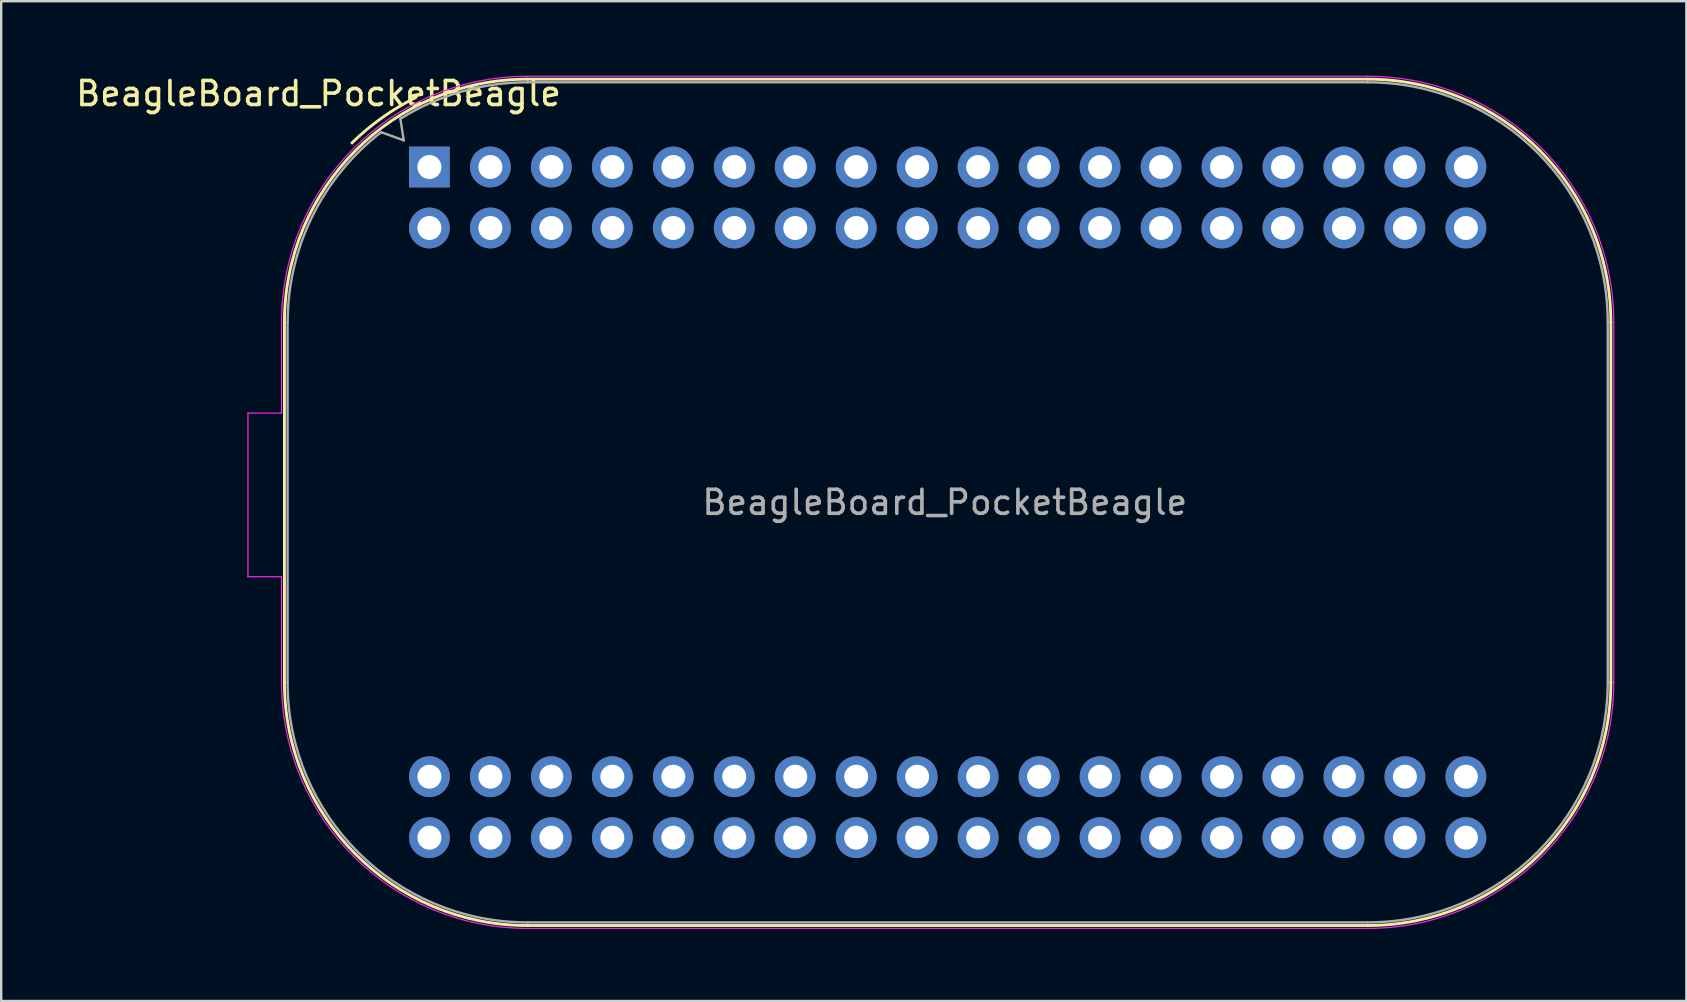
<source format=kicad_pcb>
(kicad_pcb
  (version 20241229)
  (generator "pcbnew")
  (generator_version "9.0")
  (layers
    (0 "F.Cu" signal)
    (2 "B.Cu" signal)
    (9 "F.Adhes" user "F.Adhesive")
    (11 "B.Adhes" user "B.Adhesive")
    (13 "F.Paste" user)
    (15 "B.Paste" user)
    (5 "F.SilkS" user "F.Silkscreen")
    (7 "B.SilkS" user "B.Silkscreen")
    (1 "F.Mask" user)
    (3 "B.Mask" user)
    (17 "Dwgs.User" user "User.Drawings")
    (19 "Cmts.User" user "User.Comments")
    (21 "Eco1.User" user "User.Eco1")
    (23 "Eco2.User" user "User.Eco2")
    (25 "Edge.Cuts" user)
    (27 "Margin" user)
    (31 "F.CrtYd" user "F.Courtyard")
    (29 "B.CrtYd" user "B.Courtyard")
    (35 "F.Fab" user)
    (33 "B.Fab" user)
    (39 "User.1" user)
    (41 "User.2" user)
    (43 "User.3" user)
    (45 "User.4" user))
  (footprint "BeagleBoard_PocketBeagle"
    (layer "F.Cu")
    (at 14.84 3.908)
    (property "Reference" "BeagleBoard_PocketBeagle" (at -4.62 -3.06 180) (layer "F.SilkS") (effects (font (size 1 1) (thickness 0.15))))
    (attr through_hole)
    (fp_line (start -6.04 21.47) (end -6.04 6.47) (stroke (width 0.12) (type solid)) (layer "F.SilkS"))
    (fp_line (start 4.09 -3.66) (end 39.09 -3.66) (stroke (width 0.12) (type solid)) (layer "F.SilkS"))
    (fp_line (start 39.09 31.6) (end 4.09 31.6) (stroke (width 0.12) (type solid)) (layer "F.SilkS"))
    (fp_line (start 49.22 21.47) (end 49.22 6.47) (stroke (width 0.12) (type solid)) (layer "F.SilkS"))
    (fp_arc (start -6.04 6.47) (mid -3.072992 -0.692992) (end 4.09 -3.66) (stroke (width 0.12) (type solid)) (layer "F.SilkS"))
    (fp_arc (start -3.227607 -1.004759) (mid -1.968373 -2.057339) (end -0.56 -2.9) (stroke (width 0.12) (type solid)) (layer "F.SilkS"))
    (fp_arc (start 4.09 31.6) (mid -3.072992 28.632992) (end -6.04 21.47) (stroke (width 0.12) (type solid)) (layer "F.SilkS"))
    (fp_arc (start 39.09 -3.66) (mid 46.252992 -0.692992) (end 49.22 6.47) (stroke (width 0.12) (type solid)) (layer "F.SilkS"))
    (fp_arc (start 49.22 21.47) (mid 46.252992 28.632992) (end 39.09 31.6) (stroke (width 0.12) (type solid)) (layer "F.SilkS"))
    (fp_line (start -7.56 17.07) (end -7.56 10.25) (stroke (width 0.05) (type solid)) (layer "F.CrtYd"))
    (fp_line (start -6.16 6.47) (end -6.16 10.25) (stroke (width 0.05) (type solid)) (layer "F.CrtYd"))
    (fp_line (start -6.16 10.25) (end -7.56 10.25) (stroke (width 0.05) (type solid)) (layer "F.CrtYd"))
    (fp_line (start -6.16 17.07) (end -7.56 17.07) (stroke (width 0.05) (type solid)) (layer "F.CrtYd"))
    (fp_line (start -6.16 17.07) (end -6.16 21.47) (stroke (width 0.05) (type solid)) (layer "F.CrtYd"))
    (fp_line (start 4.09 -3.78) (end 39.09 -3.78) (stroke (width 0.05) (type solid)) (layer "F.CrtYd"))
    (fp_line (start 4.09 31.72) (end 39.09 31.72) (stroke (width 0.05) (type solid)) (layer "F.CrtYd"))
    (fp_line (start 49.34 21.47) (end 49.34 6.47) (stroke (width 0.05) (type solid)) (layer "F.CrtYd"))
    (fp_arc (start -6.16 6.47) (mid -3.157845 -0.777845) (end 4.09 -3.78) (stroke (width 0.05) (type solid)) (layer "F.CrtYd"))
    (fp_arc (start 4.09 31.72) (mid -3.157845 28.717845) (end -6.16 21.47) (stroke (width 0.05) (type solid)) (layer "F.CrtYd"))
    (fp_arc (start 39.09 -3.78) (mid 46.337845 -0.777845) (end 49.34 6.47) (stroke (width 0.05) (type solid)) (layer "F.CrtYd"))
    (fp_arc (start 49.34 21.47) (mid 46.337845 28.717845) (end 39.09 31.72) (stroke (width 0.05) (type solid)) (layer "F.CrtYd"))
    (fp_line (start -5.91 21.47) (end -5.91 6.47) (stroke (width 0.1) (type solid)) (layer "F.Fab"))
    (fp_line (start -2.01 -1.45) (end -1.07 -1.11) (stroke (width 0.1) (type solid)) (layer "F.Fab"))
    (fp_line (start -1.07 -1.11) (end -1.21 -2.01) (stroke (width 0.1) (type solid)) (layer "F.Fab"))
    (fp_line (start 4.09 -3.53) (end 39.09 -3.53) (stroke (width 0.1) (type solid)) (layer "F.Fab"))
    (fp_line (start 4.09 31.47) (end 39.09 31.47) (stroke (width 0.1) (type solid)) (layer "F.Fab"))
    (fp_line (start 49.09 21.47) (end 49.09 6.47) (stroke (width 0.1) (type solid)) (layer "F.Fab"))
    (fp_arc (start -5.906819 6.47) (mid -4.879866 2.056623) (end -2.01 -1.45) (stroke (width 0.1) (type solid)) (layer "F.Fab"))
    (fp_arc (start -1.211791 -2.008857) (mid 1.332154 -3.142195) (end 4.09 -3.53) (stroke (width 0.1) (type solid)) (layer "F.Fab"))
    (fp_arc (start 4.09 31.47) (mid -2.981068 28.541068) (end -5.91 21.47) (stroke (width 0.1) (type solid)) (layer "F.Fab"))
    (fp_arc (start 39.09 -3.53) (mid 46.161068 -0.601068) (end 49.09 6.47) (stroke (width 0.1) (type solid)) (layer "F.Fab"))
    (fp_arc (start 49.09 21.47) (mid 46.161068 28.541068) (end 39.09 31.47) (stroke (width 0.1) (type solid)) (layer "F.Fab"))
    (fp_text user "${REFERENCE}" (at 21.47 13.97 180) (layer "F.Fab") (effects (font (size 1 1) (thickness 0.15))))
    (pad "1" thru_hole rect (at 0 0 90) (size 1.7 1.7) (drill 1) (layers "*.Cu" "*.Mask"))
    (pad "2" thru_hole oval (at 0 2.54 90) (size 1.7 1.7) (drill 1) (layers "*.Cu" "*.Mask"))
    (pad "3" thru_hole oval (at 2.54 0 90) (size 1.7 1.7) (drill 1) (layers "*.Cu" "*.Mask"))
    (pad "4" thru_hole oval (at 2.54 2.54 90) (size 1.7 1.7) (drill 1) (layers "*.Cu" "*.Mask"))
    (pad "5" thru_hole oval (at 5.08 0 90) (size 1.7 1.7) (drill 1) (layers "*.Cu" "*.Mask"))
    (pad "6" thru_hole oval (at 5.08 2.54 90) (size 1.7 1.7) (drill 1) (layers "*.Cu" "*.Mask"))
    (pad "7" thru_hole oval (at 7.62 0 90) (size 1.7 1.7) (drill 1) (layers "*.Cu" "*.Mask"))
    (pad "8" thru_hole oval (at 7.62 2.54 90) (size 1.7 1.7) (drill 1) (layers "*.Cu" "*.Mask"))
    (pad "9" thru_hole oval (at 10.16 0 90) (size 1.7 1.7) (drill 1) (layers "*.Cu" "*.Mask"))
    (pad "10" thru_hole oval (at 10.16 2.54 90) (size 1.7 1.7) (drill 1) (layers "*.Cu" "*.Mask"))
    (pad "11" thru_hole oval (at 12.7 0 90) (size 1.7 1.7) (drill 1) (layers "*.Cu" "*.Mask"))
    (pad "12" thru_hole oval (at 12.7 2.54 90) (size 1.7 1.7) (drill 1) (layers "*.Cu" "*.Mask"))
    (pad "13" thru_hole oval (at 15.24 0 90) (size 1.7 1.7) (drill 1) (layers "*.Cu" "*.Mask"))
    (pad "14" thru_hole oval (at 15.24 2.54 90) (size 1.7 1.7) (drill 1) (layers "*.Cu" "*.Mask"))
    (pad "15" thru_hole oval (at 17.78 0 90) (size 1.7 1.7) (drill 1) (layers "*.Cu" "*.Mask"))
    (pad "16" thru_hole oval (at 17.78 2.54 90) (size 1.7 1.7) (drill 1) (layers "*.Cu" "*.Mask"))
    (pad "17" thru_hole oval (at 20.32 0 90) (size 1.7 1.7) (drill 1) (layers "*.Cu" "*.Mask"))
    (pad "18" thru_hole oval (at 20.32 2.54 90) (size 1.7 1.7) (drill 1) (layers "*.Cu" "*.Mask"))
    (pad "19" thru_hole oval (at 22.86 0 90) (size 1.7 1.7) (drill 1) (layers "*.Cu" "*.Mask"))
    (pad "20" thru_hole oval (at 22.86 2.54 90) (size 1.7 1.7) (drill 1) (layers "*.Cu" "*.Mask"))
    (pad "21" thru_hole oval (at 25.4 0 90) (size 1.7 1.7) (drill 1) (layers "*.Cu" "*.Mask"))
    (pad "22" thru_hole oval (at 25.4 2.54 90) (size 1.7 1.7) (drill 1) (layers "*.Cu" "*.Mask"))
    (pad "23" thru_hole oval (at 27.94 0 90) (size 1.7 1.7) (drill 1) (layers "*.Cu" "*.Mask"))
    (pad "24" thru_hole oval (at 27.94 2.54 90) (size 1.7 1.7) (drill 1) (layers "*.Cu" "*.Mask"))
    (pad "25" thru_hole oval (at 30.48 0 90) (size 1.7 1.7) (drill 1) (layers "*.Cu" "*.Mask"))
    (pad "26" thru_hole oval (at 30.48 2.54 90) (size 1.7 1.7) (drill 1) (layers "*.Cu" "*.Mask"))
    (pad "27" thru_hole oval (at 33.02 0 90) (size 1.7 1.7) (drill 1) (layers "*.Cu" "*.Mask"))
    (pad "28" thru_hole oval (at 33.02 2.54 90) (size 1.7 1.7) (drill 1) (layers "*.Cu" "*.Mask"))
    (pad "29" thru_hole oval (at 35.56 0 90) (size 1.7 1.7) (drill 1) (layers "*.Cu" "*.Mask"))
    (pad "30" thru_hole oval (at 35.56 2.54 90) (size 1.7 1.7) (drill 1) (layers "*.Cu" "*.Mask"))
    (pad "31" thru_hole oval (at 38.1 0 90) (size 1.7 1.7) (drill 1) (layers "*.Cu" "*.Mask"))
    (pad "32" thru_hole oval (at 38.1 2.54 90) (size 1.7 1.7) (drill 1) (layers "*.Cu" "*.Mask"))
    (pad "33" thru_hole oval (at 40.64 0 90) (size 1.7 1.7) (drill 1) (layers "*.Cu" "*.Mask"))
    (pad "34" thru_hole oval (at 40.64 2.54 90) (size 1.7 1.7) (drill 1) (layers "*.Cu" "*.Mask"))
    (pad "35" thru_hole oval (at 43.18 0 90) (size 1.7 1.7) (drill 1) (layers "*.Cu" "*.Mask"))
    (pad "36" thru_hole oval (at 43.18 2.54 90) (size 1.7 1.7) (drill 1) (layers "*.Cu" "*.Mask"))
    (pad "37" thru_hole circle (at 0 25.4 90) (size 1.7 1.7) (drill 1) (layers "*.Cu" "*.Mask"))
    (pad "38" thru_hole oval (at 0 27.94 90) (size 1.7 1.7) (drill 1) (layers "*.Cu" "*.Mask"))
    (pad "39" thru_hole oval (at 2.54 25.4 90) (size 1.7 1.7) (drill 1) (layers "*.Cu" "*.Mask"))
    (pad "40" thru_hole oval (at 2.54 27.94 90) (size 1.7 1.7) (drill 1) (layers "*.Cu" "*.Mask"))
    (pad "41" thru_hole oval (at 5.08 25.4 90) (size 1.7 1.7) (drill 1) (layers "*.Cu" "*.Mask"))
    (pad "42" thru_hole oval (at 5.08 27.94 90) (size 1.7 1.7) (drill 1) (layers "*.Cu" "*.Mask"))
    (pad "43" thru_hole oval (at 7.62 25.4 90) (size 1.7 1.7) (drill 1) (layers "*.Cu" "*.Mask"))
    (pad "44" thru_hole oval (at 7.62 27.94 90) (size 1.7 1.7) (drill 1) (layers "*.Cu" "*.Mask"))
    (pad "45" thru_hole oval (at 10.16 25.4 90) (size 1.7 1.7) (drill 1) (layers "*.Cu" "*.Mask"))
    (pad "46" thru_hole oval (at 10.16 27.94 90) (size 1.7 1.7) (drill 1) (layers "*.Cu" "*.Mask"))
    (pad "47" thru_hole oval (at 12.7 25.4 90) (size 1.7 1.7) (drill 1) (layers "*.Cu" "*.Mask"))
    (pad "48" thru_hole oval (at 12.7 27.94 90) (size 1.7 1.7) (drill 1) (layers "*.Cu" "*.Mask"))
    (pad "49" thru_hole oval (at 15.24 25.4 90) (size 1.7 1.7) (drill 1) (layers "*.Cu" "*.Mask"))
    (pad "50" thru_hole oval (at 15.24 27.94 90) (size 1.7 1.7) (drill 1) (layers "*.Cu" "*.Mask"))
    (pad "51" thru_hole oval (at 17.78 25.4 90) (size 1.7 1.7) (drill 1) (layers "*.Cu" "*.Mask"))
    (pad "52" thru_hole oval (at 17.78 27.94 90) (size 1.7 1.7) (drill 1) (layers "*.Cu" "*.Mask"))
    (pad "53" thru_hole oval (at 20.32 25.4 90) (size 1.7 1.7) (drill 1) (layers "*.Cu" "*.Mask"))
    (pad "54" thru_hole oval (at 20.32 27.94 90) (size 1.7 1.7) (drill 1) (layers "*.Cu" "*.Mask"))
    (pad "55" thru_hole oval (at 22.86 25.4 90) (size 1.7 1.7) (drill 1) (layers "*.Cu" "*.Mask"))
    (pad "56" thru_hole oval (at 22.86 27.94 90) (size 1.7 1.7) (drill 1) (layers "*.Cu" "*.Mask"))
    (pad "57" thru_hole oval (at 25.4 25.4 90) (size 1.7 1.7) (drill 1) (layers "*.Cu" "*.Mask"))
    (pad "58" thru_hole oval (at 25.4 27.94 90) (size 1.7 1.7) (drill 1) (layers "*.Cu" "*.Mask"))
    (pad "59" thru_hole oval (at 27.94 25.4 90) (size 1.7 1.7) (drill 1) (layers "*.Cu" "*.Mask"))
    (pad "60" thru_hole oval (at 27.94 27.94 90) (size 1.7 1.7) (drill 1) (layers "*.Cu" "*.Mask"))
    (pad "61" thru_hole oval (at 30.48 25.4 90) (size 1.7 1.7) (drill 1) (layers "*.Cu" "*.Mask"))
    (pad "62" thru_hole oval (at 30.48 27.94 90) (size 1.7 1.7) (drill 1) (layers "*.Cu" "*.Mask"))
    (pad "63" thru_hole oval (at 33.02 25.4 90) (size 1.7 1.7) (drill 1) (layers "*.Cu" "*.Mask"))
    (pad "64" thru_hole oval (at 33.02 27.94 90) (size 1.7 1.7) (drill 1) (layers "*.Cu" "*.Mask"))
    (pad "65" thru_hole oval (at 35.56 25.4 90) (size 1.7 1.7) (drill 1) (layers "*.Cu" "*.Mask"))
    (pad "66" thru_hole oval (at 35.56 27.94 90) (size 1.7 1.7) (drill 1) (layers "*.Cu" "*.Mask"))
    (pad "67" thru_hole oval (at 38.1 25.4 90) (size 1.7 1.7) (drill 1) (layers "*.Cu" "*.Mask"))
    (pad "68" thru_hole oval (at 38.1 27.94 90) (size 1.7 1.7) (drill 1) (layers "*.Cu" "*.Mask"))
    (pad "69" thru_hole oval (at 40.64 25.4 90) (size 1.7 1.7) (drill 1) (layers "*.Cu" "*.Mask"))
    (pad "70" thru_hole oval (at 40.64 27.94 90) (size 1.7 1.7) (drill 1) (layers "*.Cu" "*.Mask"))
    (pad "71" thru_hole oval (at 43.18 25.4 90) (size 1.7 1.7) (drill 1) (layers "*.Cu" "*.Mask"))
    (pad "72" thru_hole oval (at 43.18 27.94 90) (size 1.7 1.7) (drill 1) (layers "*.Cu" "*.Mask")))
  (gr_rect
    (start -3 -3)
    (end 67.205 38.653)
    (stroke (width 0.1) (type default))
    (fill no)
    (layer "Edge.Cuts")))
</source>
